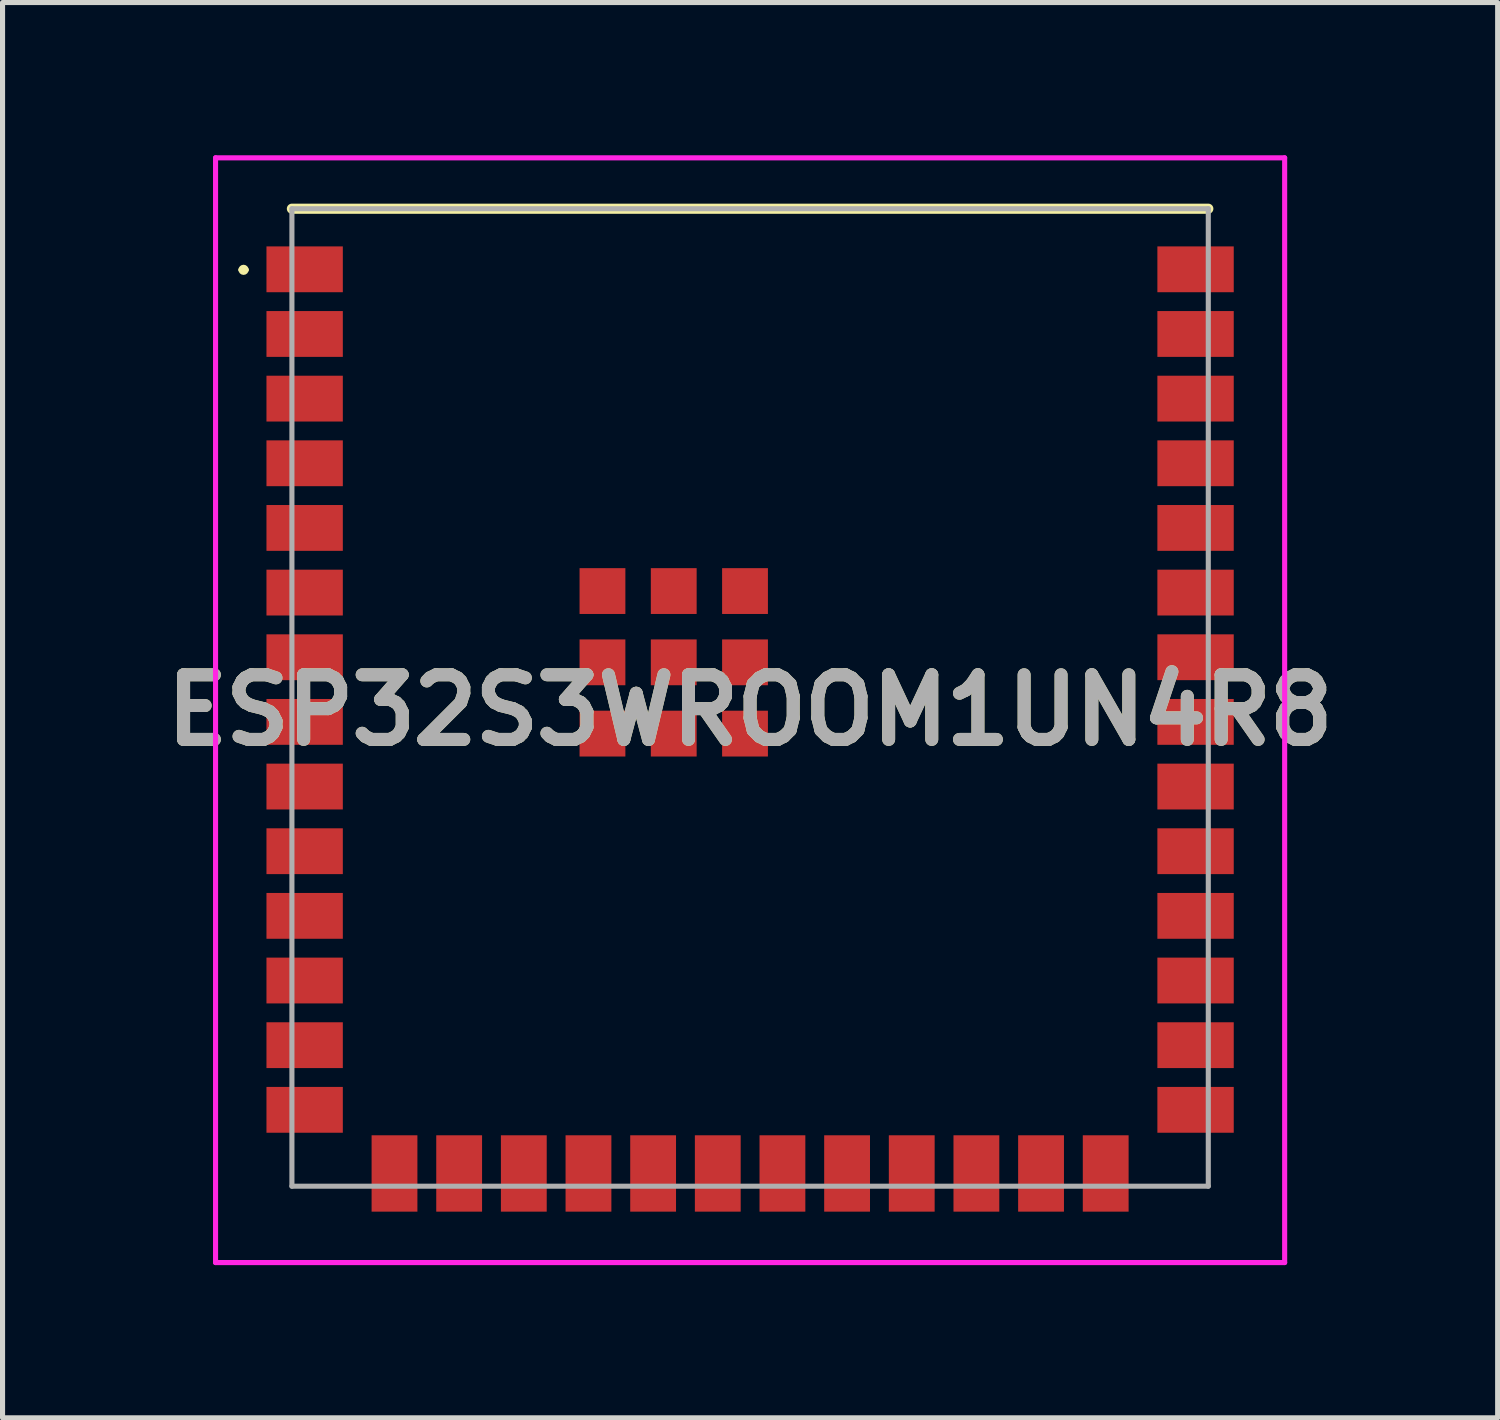
<source format=kicad_pcb>
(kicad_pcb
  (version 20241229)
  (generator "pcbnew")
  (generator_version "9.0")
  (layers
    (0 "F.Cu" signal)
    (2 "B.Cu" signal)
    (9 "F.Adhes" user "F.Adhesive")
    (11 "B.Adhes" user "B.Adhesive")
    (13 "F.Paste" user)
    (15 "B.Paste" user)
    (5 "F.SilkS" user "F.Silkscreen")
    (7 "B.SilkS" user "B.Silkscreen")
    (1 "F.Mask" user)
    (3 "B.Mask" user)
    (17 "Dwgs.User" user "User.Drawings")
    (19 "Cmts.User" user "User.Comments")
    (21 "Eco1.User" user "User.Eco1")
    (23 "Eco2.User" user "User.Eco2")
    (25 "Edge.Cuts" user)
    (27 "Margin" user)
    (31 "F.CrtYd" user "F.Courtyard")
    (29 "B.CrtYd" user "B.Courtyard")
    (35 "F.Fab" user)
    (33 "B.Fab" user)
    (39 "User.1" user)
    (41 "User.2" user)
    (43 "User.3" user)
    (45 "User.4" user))
  (footprint "ESP32S3WROOM1UN4R8"
    (layer "F.Cu")
    (at 11.684 10.65)
    (property "Reference" "ESP32S3WROOM1UN4R8" (at 0 0.25 0) (layer "F.SilkS") (effects (font (size 1.27 1.27) (thickness 0.254))))
    (attr smd)
    (fp_line (start -10 -8.4) (end -10 -8.4) (stroke (width 0.1) (type solid)) (layer "F.SilkS"))
    (fp_line (start -9.9 -8.4) (end -9.9 -8.4) (stroke (width 0.1) (type solid)) (layer "F.SilkS"))
    (fp_line (start -9 -9.6) (end 9 -9.6) (stroke (width 0.2) (type solid)) (layer "F.SilkS"))
    (fp_arc (start -10 -8.4) (mid -9.95 -8.45) (end -9.9 -8.4) (stroke (width 0.1) (type solid)) (layer "F.SilkS"))
    (fp_arc (start -9.9 -8.4) (mid -9.95 -8.35) (end -10 -8.4) (stroke (width 0.1) (type solid)) (layer "F.SilkS"))
    (fp_line (start -10.5 -10.6) (end 10.5 -10.6) (stroke (width 0.1) (type solid)) (layer "F.CrtYd"))
    (fp_line (start -10.5 11.1) (end -10.5 -10.6) (stroke (width 0.1) (type solid)) (layer "F.CrtYd"))
    (fp_line (start 10.5 -10.6) (end 10.5 11.1) (stroke (width 0.1) (type solid)) (layer "F.CrtYd"))
    (fp_line (start 10.5 11.1) (end -10.5 11.1) (stroke (width 0.1) (type solid)) (layer "F.CrtYd"))
    (fp_line (start -9 -9.6) (end 9 -9.6) (stroke (width 0.1) (type solid)) (layer "F.Fab"))
    (fp_line (start -9 9.6) (end -9 -9.6) (stroke (width 0.1) (type solid)) (layer "F.Fab"))
    (fp_line (start 9 -9.6) (end 9 9.6) (stroke (width 0.1) (type solid)) (layer "F.Fab"))
    (fp_line (start 9 9.6) (end -9 9.6) (stroke (width 0.1) (type solid)) (layer "F.Fab"))
    (fp_text user "${REFERENCE}" (at 0 0.25 0) (layer "F.Fab") (effects (font (size 1.27 1.27) (thickness 0.254))))
    (pad "1" smd rect (at -8.75 -8.41 90) (size 0.9 1.5) (layers "F.Cu" "F.Mask" "F.Paste"))
    (pad "2" smd rect (at -8.75 -7.14 90) (size 0.9 1.5) (layers "F.Cu" "F.Mask" "F.Paste"))
    (pad "3" smd rect (at -8.75 -5.87 90) (size 0.9 1.5) (layers "F.Cu" "F.Mask" "F.Paste"))
    (pad "4" smd rect (at -8.75 -4.6 90) (size 0.9 1.5) (layers "F.Cu" "F.Mask" "F.Paste"))
    (pad "5" smd rect (at -8.75 -3.33 90) (size 0.9 1.5) (layers "F.Cu" "F.Mask" "F.Paste"))
    (pad "6" smd rect (at -8.75 -2.06 90) (size 0.9 1.5) (layers "F.Cu" "F.Mask" "F.Paste"))
    (pad "7" smd rect (at -8.75 -0.79 90) (size 0.9 1.5) (layers "F.Cu" "F.Mask" "F.Paste"))
    (pad "8" smd rect (at -8.75 0.48 90) (size 0.9 1.5) (layers "F.Cu" "F.Mask" "F.Paste"))
    (pad "9" smd rect (at -8.75 1.75 90) (size 0.9 1.5) (layers "F.Cu" "F.Mask" "F.Paste"))
    (pad "10" smd rect (at -8.75 3.02 90) (size 0.9 1.5) (layers "F.Cu" "F.Mask" "F.Paste"))
    (pad "11" smd rect (at -8.75 4.29 90) (size 0.9 1.5) (layers "F.Cu" "F.Mask" "F.Paste"))
    (pad "12" smd rect (at -8.75 5.56 90) (size 0.9 1.5) (layers "F.Cu" "F.Mask" "F.Paste"))
    (pad "13" smd rect (at -8.75 6.83 90) (size 0.9 1.5) (layers "F.Cu" "F.Mask" "F.Paste"))
    (pad "14" smd rect (at -8.75 8.1 90) (size 0.9 1.5) (layers "F.Cu" "F.Mask" "F.Paste"))
    (pad "15" smd rect (at -6.985 9.35) (size 0.9 1.5) (layers "F.Cu" "F.Mask" "F.Paste"))
    (pad "16" smd rect (at -5.715 9.35) (size 0.9 1.5) (layers "F.Cu" "F.Mask" "F.Paste"))
    (pad "17" smd rect (at -4.445 9.35) (size 0.9 1.5) (layers "F.Cu" "F.Mask" "F.Paste"))
    (pad "18" smd rect (at -3.175 9.35) (size 0.9 1.5) (layers "F.Cu" "F.Mask" "F.Paste"))
    (pad "19" smd rect (at -1.905 9.35) (size 0.9 1.5) (layers "F.Cu" "F.Mask" "F.Paste"))
    (pad "20" smd rect (at -0.635 9.35) (size 0.9 1.5) (layers "F.Cu" "F.Mask" "F.Paste"))
    (pad "21" smd rect (at 0.635 9.35) (size 0.9 1.5) (layers "F.Cu" "F.Mask" "F.Paste"))
    (pad "22" smd rect (at 1.905 9.35) (size 0.9 1.5) (layers "F.Cu" "F.Mask" "F.Paste"))
    (pad "23" smd rect (at 3.175 9.35) (size 0.9 1.5) (layers "F.Cu" "F.Mask" "F.Paste"))
    (pad "24" smd rect (at 4.445 9.35) (size 0.9 1.5) (layers "F.Cu" "F.Mask" "F.Paste"))
    (pad "25" smd rect (at 5.715 9.35) (size 0.9 1.5) (layers "F.Cu" "F.Mask" "F.Paste"))
    (pad "26" smd rect (at 6.985 9.35) (size 0.9 1.5) (layers "F.Cu" "F.Mask" "F.Paste"))
    (pad "27" smd rect (at 8.75 8.1 90) (size 0.9 1.5) (layers "F.Cu" "F.Mask" "F.Paste"))
    (pad "28" smd rect (at 8.75 6.83 90) (size 0.9 1.5) (layers "F.Cu" "F.Mask" "F.Paste"))
    (pad "29" smd rect (at 8.75 5.56 90) (size 0.9 1.5) (layers "F.Cu" "F.Mask" "F.Paste"))
    (pad "30" smd rect (at 8.75 4.29 90) (size 0.9 1.5) (layers "F.Cu" "F.Mask" "F.Paste"))
    (pad "31" smd rect (at 8.75 3.02 90) (size 0.9 1.5) (layers "F.Cu" "F.Mask" "F.Paste"))
    (pad "32" smd rect (at 8.75 1.75 90) (size 0.9 1.5) (layers "F.Cu" "F.Mask" "F.Paste"))
    (pad "33" smd rect (at 8.75 0.48 90) (size 0.9 1.5) (layers "F.Cu" "F.Mask" "F.Paste"))
    (pad "34" smd rect (at 8.75 -0.79 90) (size 0.9 1.5) (layers "F.Cu" "F.Mask" "F.Paste"))
    (pad "35" smd rect (at 8.75 -2.06 90) (size 0.9 1.5) (layers "F.Cu" "F.Mask" "F.Paste"))
    (pad "36" smd rect (at 8.75 -3.33 90) (size 0.9 1.5) (layers "F.Cu" "F.Mask" "F.Paste"))
    (pad "37" smd rect (at 8.75 -4.6 90) (size 0.9 1.5) (layers "F.Cu" "F.Mask" "F.Paste"))
    (pad "38" smd rect (at 8.75 -5.87 90) (size 0.9 1.5) (layers "F.Cu" "F.Mask" "F.Paste"))
    (pad "39" smd rect (at 8.75 -7.14 90) (size 0.9 1.5) (layers "F.Cu" "F.Mask" "F.Paste"))
    (pad "40" smd rect (at 8.75 -8.41 90) (size 0.9 1.5) (layers "F.Cu" "F.Mask" "F.Paste"))
    (pad "41" smd rect (at -1.5 -0.69) (size 0.9 0.9) (layers "F.Cu" "F.Mask" "F.Paste"))
    (pad "42" smd rect (at -1.5 -2.09) (size 0.9 0.9) (layers "F.Cu" "F.Mask" "F.Paste"))
    (pad "43" smd rect (at -2.9 -2.09) (size 0.9 0.9) (layers "F.Cu" "F.Mask" "F.Paste"))
    (pad "44" smd rect (at -2.9 -0.69) (size 0.9 0.9) (layers "F.Cu" "F.Mask" "F.Paste"))
    (pad "45" smd rect (at -2.9 0.71) (size 0.9 0.9) (layers "F.Cu" "F.Mask" "F.Paste"))
    (pad "46" smd rect (at -1.5 0.71) (size 0.9 0.9) (layers "F.Cu" "F.Mask" "F.Paste"))
    (pad "47" smd rect (at -0.1 0.71) (size 0.9 0.9) (layers "F.Cu" "F.Mask" "F.Paste"))
    (pad "48" smd rect (at -0.1 -0.69) (size 0.9 0.9) (layers "F.Cu" "F.Mask" "F.Paste"))
    (pad "49" smd rect (at -0.1 -2.09) (size 0.9 0.9) (layers "F.Cu" "F.Mask" "F.Paste")))
  (gr_rect
    (start -3 -3)
    (end 26.368 24.8)
    (stroke (width 0.1) (type default))
    (fill no)
    (layer "Edge.Cuts")))
</source>
